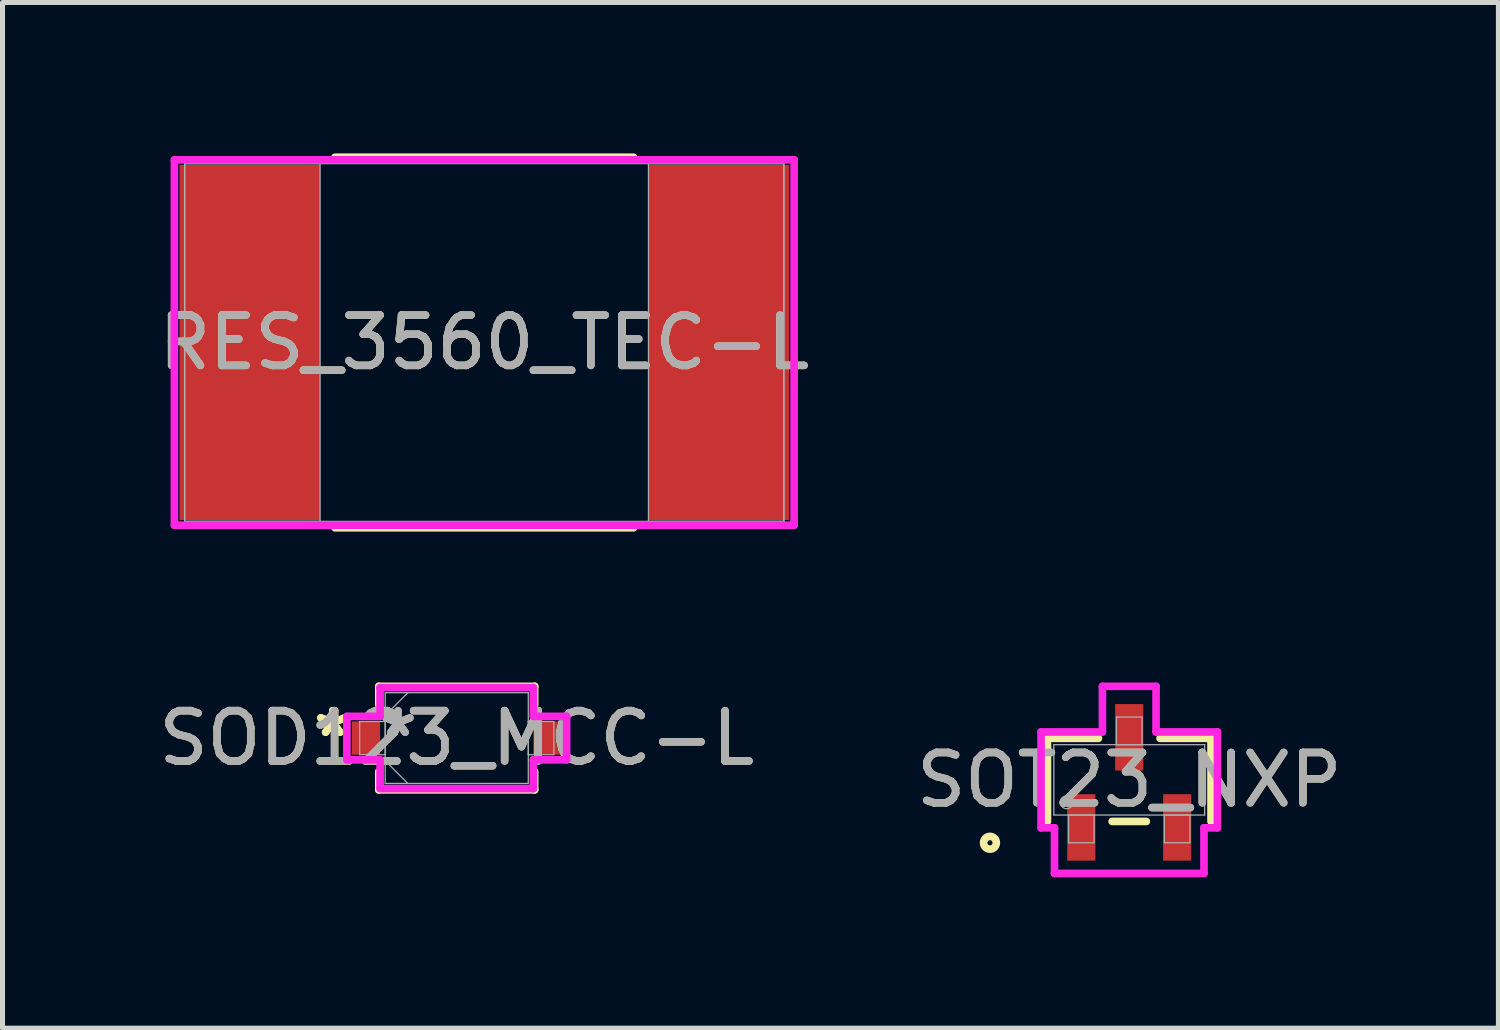
<source format=kicad_pcb>
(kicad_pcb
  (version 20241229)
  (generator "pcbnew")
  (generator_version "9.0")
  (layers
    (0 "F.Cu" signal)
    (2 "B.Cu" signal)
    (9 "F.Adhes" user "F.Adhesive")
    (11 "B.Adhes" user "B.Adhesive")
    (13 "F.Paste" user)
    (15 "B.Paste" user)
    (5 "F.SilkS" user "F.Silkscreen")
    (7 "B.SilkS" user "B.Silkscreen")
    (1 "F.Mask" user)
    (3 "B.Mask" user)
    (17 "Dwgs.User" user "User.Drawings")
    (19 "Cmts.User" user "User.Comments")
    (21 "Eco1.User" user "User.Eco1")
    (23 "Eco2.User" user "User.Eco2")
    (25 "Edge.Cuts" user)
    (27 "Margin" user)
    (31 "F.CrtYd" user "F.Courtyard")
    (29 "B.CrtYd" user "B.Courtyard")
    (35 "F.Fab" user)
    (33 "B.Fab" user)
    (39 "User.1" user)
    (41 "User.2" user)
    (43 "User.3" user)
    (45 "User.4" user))
  (footprint "SOT23_NXP"
    (layer "F.Cu")
    (at 19.399 12.454)
    (property "Reference" "SOT23_NXP" (at 0 0 0) (unlocked yes) (layer "F.SilkS") (effects (font (size 1 1) (thickness 0.15))))
    (attr smd)
    (fp_line (start -1.626 -0.826) (end -1.626 0.826) (stroke (width 0.152) (type solid)) (layer "F.SilkS"))
    (fp_line (start -0.612 -0.826) (end -1.626 -0.826) (stroke (width 0.152) (type solid)) (layer "F.SilkS"))
    (fp_line (start -0.34 0.826) (end 0.34 0.826) (stroke (width 0.152) (type solid)) (layer "F.SilkS"))
    (fp_line (start 1.626 -0.826) (end 0.612 -0.826) (stroke (width 0.152) (type solid)) (layer "F.SilkS"))
    (fp_line (start 1.626 0.826) (end 1.626 -0.826) (stroke (width 0.152) (type solid)) (layer "F.SilkS"))
    (fp_circle (center -2.769 1.25) (end -2.642 1.25) (stroke (width 0.152) (type solid)) (fill no) (layer "F.SilkS"))
    (fp_line (start -1.753 -0.953) (end -0.533 -0.953) (stroke (width 0.152) (type solid)) (layer "F.CrtYd"))
    (fp_line (start -1.753 0.953) (end -1.753 -0.953) (stroke (width 0.152) (type solid)) (layer "F.CrtYd"))
    (fp_line (start -1.753 0.953) (end -1.486 0.953) (stroke (width 0.152) (type solid)) (layer "F.CrtYd"))
    (fp_line (start -1.486 0.953) (end -1.486 1.86) (stroke (width 0.152) (type solid)) (layer "F.CrtYd"))
    (fp_line (start -1.486 1.86) (end 1.486 1.86) (stroke (width 0.152) (type solid)) (layer "F.CrtYd"))
    (fp_line (start -0.533 -1.86) (end 0.533 -1.86) (stroke (width 0.152) (type solid)) (layer "F.CrtYd"))
    (fp_line (start -0.533 -0.953) (end -0.533 -1.86) (stroke (width 0.152) (type solid)) (layer "F.CrtYd"))
    (fp_line (start 0.533 -0.953) (end 0.533 -1.86) (stroke (width 0.152) (type solid)) (layer "F.CrtYd"))
    (fp_line (start 1.486 0.953) (end 1.486 1.86) (stroke (width 0.152) (type solid)) (layer "F.CrtYd"))
    (fp_line (start 1.753 -0.953) (end 0.533 -0.953) (stroke (width 0.152) (type solid)) (layer "F.CrtYd"))
    (fp_line (start 1.753 -0.953) (end 1.753 0.953) (stroke (width 0.152) (type solid)) (layer "F.CrtYd"))
    (fp_line (start 1.753 0.953) (end 1.486 0.953) (stroke (width 0.152) (type solid)) (layer "F.CrtYd"))
    (fp_line (start -1.499 -0.699) (end -1.499 0.699) (stroke (width 0.025) (type solid)) (layer "F.Fab"))
    (fp_line (start -1.499 0.699) (end 1.499 0.699) (stroke (width 0.025) (type solid)) (layer "F.Fab"))
    (fp_line (start -1.206 0.699) (end -1.206 1.25) (stroke (width 0.025) (type solid)) (layer "F.Fab"))
    (fp_line (start -1.206 1.25) (end -0.699 1.25) (stroke (width 0.025) (type solid)) (layer "F.Fab"))
    (fp_line (start -0.699 0.699) (end -1.206 0.699) (stroke (width 0.025) (type solid)) (layer "F.Fab"))
    (fp_line (start -0.699 1.25) (end -0.699 0.699) (stroke (width 0.025) (type solid)) (layer "F.Fab"))
    (fp_line (start -0.254 -1.25) (end -0.254 -0.699) (stroke (width 0.025) (type solid)) (layer "F.Fab"))
    (fp_line (start -0.254 -0.699) (end 0.254 -0.699) (stroke (width 0.025) (type solid)) (layer "F.Fab"))
    (fp_line (start 0.254 -1.25) (end -0.254 -1.25) (stroke (width 0.025) (type solid)) (layer "F.Fab"))
    (fp_line (start 0.254 -0.699) (end 0.254 -1.25) (stroke (width 0.025) (type solid)) (layer "F.Fab"))
    (fp_line (start 0.699 0.699) (end 0.699 1.25) (stroke (width 0.025) (type solid)) (layer "F.Fab"))
    (fp_line (start 0.699 1.25) (end 1.206 1.25) (stroke (width 0.025) (type solid)) (layer "F.Fab"))
    (fp_line (start 1.206 0.699) (end 0.699 0.699) (stroke (width 0.025) (type solid)) (layer "F.Fab"))
    (fp_line (start 1.206 1.25) (end 1.206 0.699) (stroke (width 0.025) (type solid)) (layer "F.Fab"))
    (fp_line (start 1.499 -0.699) (end -1.499 -0.699) (stroke (width 0.025) (type solid)) (layer "F.Fab"))
    (fp_line (start 1.499 0.699) (end 1.499 -0.699) (stroke (width 0.025) (type solid)) (layer "F.Fab"))
    (fp_circle (center -1.245 0.445) (end -1.118 0.445) (stroke (width 0.025) (type solid)) (fill no) (layer "F.Fab"))
    (fp_text user "${REFERENCE}" (at 0 0 0) (unlocked yes) (layer "F.Fab") (effects (font (size 1 1) (thickness 0.15))))
    (pad "1" smd rect (at -0.953 0.945) (size 0.559 1.321) (layers "F.Cu" "F.Mask" "F.Paste"))
    (pad "2" smd rect (at 0.953 0.945) (size 0.559 1.321) (layers "F.Cu" "F.Mask" "F.Paste"))
    (pad "3" smd rect (at 0 -0.847) (size 0.559 1.321) (layers "F.Cu" "F.Mask" "F.Paste")))
  (footprint "RES_3560_TEC-L"
    (layer "F.Cu")
    (at 6.577 3.759)
    (property "Reference" "RES_3560_TEC-L" (at 0 0 0) (unlocked yes) (layer "F.SilkS") (effects (font (size 1 1) (thickness 0.15))))
    (attr smd)
    (fp_line (start -2.968 3.683) (end 2.968 3.683) (stroke (width 0.152) (type solid)) (layer "F.SilkS"))
    (fp_line (start 2.968 -3.683) (end -2.968 -3.683) (stroke (width 0.152) (type solid)) (layer "F.SilkS"))
    (fp_line (start -6.16 -3.632) (end 6.16 -3.632) (stroke (width 0.152) (type solid)) (layer "F.CrtYd"))
    (fp_line (start -6.16 3.632) (end -6.16 -3.632) (stroke (width 0.152) (type solid)) (layer "F.CrtYd"))
    (fp_line (start 6.16 -3.632) (end 6.16 3.632) (stroke (width 0.152) (type solid)) (layer "F.CrtYd"))
    (fp_line (start 6.16 3.632) (end -6.16 3.632) (stroke (width 0.152) (type solid)) (layer "F.CrtYd"))
    (fp_line (start -5.956 -3.556) (end -5.956 3.556) (stroke (width 0.025) (type solid)) (layer "F.Fab"))
    (fp_line (start -5.956 -3.556) (end -5.956 3.556) (stroke (width 0.025) (type solid)) (layer "F.Fab"))
    (fp_line (start -5.956 3.556) (end -3.264 3.556) (stroke (width 0.025) (type solid)) (layer "F.Fab"))
    (fp_line (start -5.956 3.556) (end 5.956 3.556) (stroke (width 0.025) (type solid)) (layer "F.Fab"))
    (fp_line (start -3.264 -3.556) (end -5.956 -3.556) (stroke (width 0.025) (type solid)) (layer "F.Fab"))
    (fp_line (start -3.264 3.556) (end -3.264 -3.556) (stroke (width 0.025) (type solid)) (layer "F.Fab"))
    (fp_line (start 3.264 -3.556) (end 3.264 3.556) (stroke (width 0.025) (type solid)) (layer "F.Fab"))
    (fp_line (start 3.264 3.556) (end 5.956 3.556) (stroke (width 0.025) (type solid)) (layer "F.Fab"))
    (fp_line (start 5.956 -3.556) (end -5.956 -3.556) (stroke (width 0.025) (type solid)) (layer "F.Fab"))
    (fp_line (start 5.956 -3.556) (end 3.264 -3.556) (stroke (width 0.025) (type solid)) (layer "F.Fab"))
    (fp_line (start 5.956 3.556) (end 5.956 -3.556) (stroke (width 0.025) (type solid)) (layer "F.Fab"))
    (fp_line (start 5.956 3.556) (end 5.956 -3.556) (stroke (width 0.025) (type solid)) (layer "F.Fab"))
    (fp_text user "${REFERENCE}" (at 0 0 0) (unlocked yes) (layer "F.Fab") (effects (font (size 1 1) (thickness 0.15))))
    (pad "1" smd rect (at -4.661 0) (size 2.794 7.061) (layers "F.Cu" "F.Mask" "F.Paste"))
    (pad "2" smd rect (at 4.661 0) (size 2.794 7.061) (layers "F.Cu" "F.Mask" "F.Paste"))
    (zone (net_name "") (layer "F.Cu") (hatch full 0.508) (connect_pads) (min_thickness 0.254) (filled_areas_thickness no) (keepout (tracks not_allowed) (vias not_allowed) (pads allowed) (copperpour not_allowed) (footprints allowed)) (placement (enabled no)) (fill) (polygon (pts (xy 3.364 0.254) (xy 9.79 0.254) (xy 9.79 7.264) (xy 3.364 7.264)))))
  (footprint "SOD123_MCC-L"
    (layer "F.Cu")
    (at 6.03 11.623)
    (property "Reference" "SOD123_MCC-L" (at 0 0 0) (unlocked yes) (layer "F.SilkS") (effects (font (size 1 1) (thickness 0.15))))
    (attr smd)
    (fp_line (start -1.549 -1.029) (end -1.549 -0.663) (stroke (width 0.152) (type solid)) (layer "F.SilkS"))
    (fp_line (start -1.549 0.663) (end -1.549 1.029) (stroke (width 0.152) (type solid)) (layer "F.SilkS"))
    (fp_line (start -1.549 1.029) (end 1.549 1.029) (stroke (width 0.152) (type solid)) (layer "F.SilkS"))
    (fp_line (start 1.549 -1.029) (end -1.549 -1.029) (stroke (width 0.152) (type solid)) (layer "F.SilkS"))
    (fp_line (start 1.549 -0.663) (end 1.549 -1.029) (stroke (width 0.152) (type solid)) (layer "F.SilkS"))
    (fp_line (start 1.549 1.029) (end 1.549 0.663) (stroke (width 0.152) (type solid)) (layer "F.SilkS"))
    (fp_line (start -2.184 -0.432) (end -1.524 -0.432) (stroke (width 0.152) (type solid)) (layer "F.CrtYd"))
    (fp_line (start -2.184 0.432) (end -2.184 -0.432) (stroke (width 0.152) (type solid)) (layer "F.CrtYd"))
    (fp_line (start -1.524 -1.003) (end 1.524 -1.003) (stroke (width 0.152) (type solid)) (layer "F.CrtYd"))
    (fp_line (start -1.524 -0.432) (end -1.524 -1.003) (stroke (width 0.152) (type solid)) (layer "F.CrtYd"))
    (fp_line (start -1.524 0.432) (end -2.184 0.432) (stroke (width 0.152) (type solid)) (layer "F.CrtYd"))
    (fp_line (start -1.524 1.003) (end -1.524 0.432) (stroke (width 0.152) (type solid)) (layer "F.CrtYd"))
    (fp_line (start 1.524 -1.003) (end 1.524 -0.432) (stroke (width 0.152) (type solid)) (layer "F.CrtYd"))
    (fp_line (start 1.524 -0.432) (end 2.184 -0.432) (stroke (width 0.152) (type solid)) (layer "F.CrtYd"))
    (fp_line (start 1.524 0.432) (end 1.524 1.003) (stroke (width 0.152) (type solid)) (layer "F.CrtYd"))
    (fp_line (start 1.524 1.003) (end -1.524 1.003) (stroke (width 0.152) (type solid)) (layer "F.CrtYd"))
    (fp_line (start 2.184 -0.432) (end 2.184 0.432) (stroke (width 0.152) (type solid)) (layer "F.CrtYd"))
    (fp_line (start 2.184 0.432) (end 1.524 0.432) (stroke (width 0.152) (type solid)) (layer "F.CrtYd"))
    (fp_line (start -1.93 -0.33) (end -1.93 0.33) (stroke (width 0.025) (type solid)) (layer "F.Fab"))
    (fp_line (start -1.93 0.33) (end -1.422 0.33) (stroke (width 0.025) (type solid)) (layer "F.Fab"))
    (fp_line (start -1.422 -0.902) (end -1.422 0.902) (stroke (width 0.025) (type solid)) (layer "F.Fab"))
    (fp_line (start -1.422 -0.451) (end -0.972 -0.902) (stroke (width 0.025) (type solid)) (layer "F.Fab"))
    (fp_line (start -1.422 -0.33) (end -1.93 -0.33) (stroke (width 0.025) (type solid)) (layer "F.Fab"))
    (fp_line (start -1.422 0.33) (end -1.422 -0.33) (stroke (width 0.025) (type solid)) (layer "F.Fab"))
    (fp_line (start -1.422 0.451) (end -0.972 0.902) (stroke (width 0.025) (type solid)) (layer "F.Fab"))
    (fp_line (start -1.422 0.902) (end 1.422 0.902) (stroke (width 0.025) (type solid)) (layer "F.Fab"))
    (fp_line (start 1.422 -0.902) (end -1.422 -0.902) (stroke (width 0.025) (type solid)) (layer "F.Fab"))
    (fp_line (start 1.422 -0.33) (end 1.422 0.33) (stroke (width 0.025) (type solid)) (layer "F.Fab"))
    (fp_line (start 1.422 0.33) (end 1.93 0.33) (stroke (width 0.025) (type solid)) (layer "F.Fab"))
    (fp_line (start 1.422 0.902) (end 1.422 -0.902) (stroke (width 0.025) (type solid)) (layer "F.Fab"))
    (fp_line (start 1.93 -0.33) (end 1.422 -0.33) (stroke (width 0.025) (type solid)) (layer "F.Fab"))
    (fp_line (start 1.93 0.33) (end 1.93 -0.33) (stroke (width 0.025) (type solid)) (layer "F.Fab"))
    (fp_text user "*" (at -2.464 0 0) (unlocked yes) (layer "F.SilkS") (effects (font (size 1 1) (thickness 0.15))))
    (fp_text user "*" (at -2.464 0 0) (layer "F.SilkS") (effects (font (size 1 1) (thickness 0.15))))
    (fp_text user "*" (at -1.168 0 0) (layer "F.Fab") (effects (font (size 1 1) (thickness 0.15))))
    (fp_text user "*" (at -1.168 0 0) (unlocked yes) (layer "F.Fab") (effects (font (size 1 1) (thickness 0.15))))
    (fp_text user "${REFERENCE}" (at 0 0 0) (unlocked yes) (layer "F.Fab") (effects (font (size 1 1) (thickness 0.15))))
    (pad "1" smd rect (at -1.803 0) (size 0.559 0.66) (layers "F.Cu" "F.Mask" "F.Paste"))
    (pad "2" smd rect (at 1.803 0) (size 0.559 0.66) (layers "F.Cu" "F.Mask" "F.Paste")))
  (gr_rect
    (start -3 -3)
    (end 26.738 17.39)
    (stroke (width 0.1) (type default))
    (fill no)
    (layer "Edge.Cuts")))
</source>
